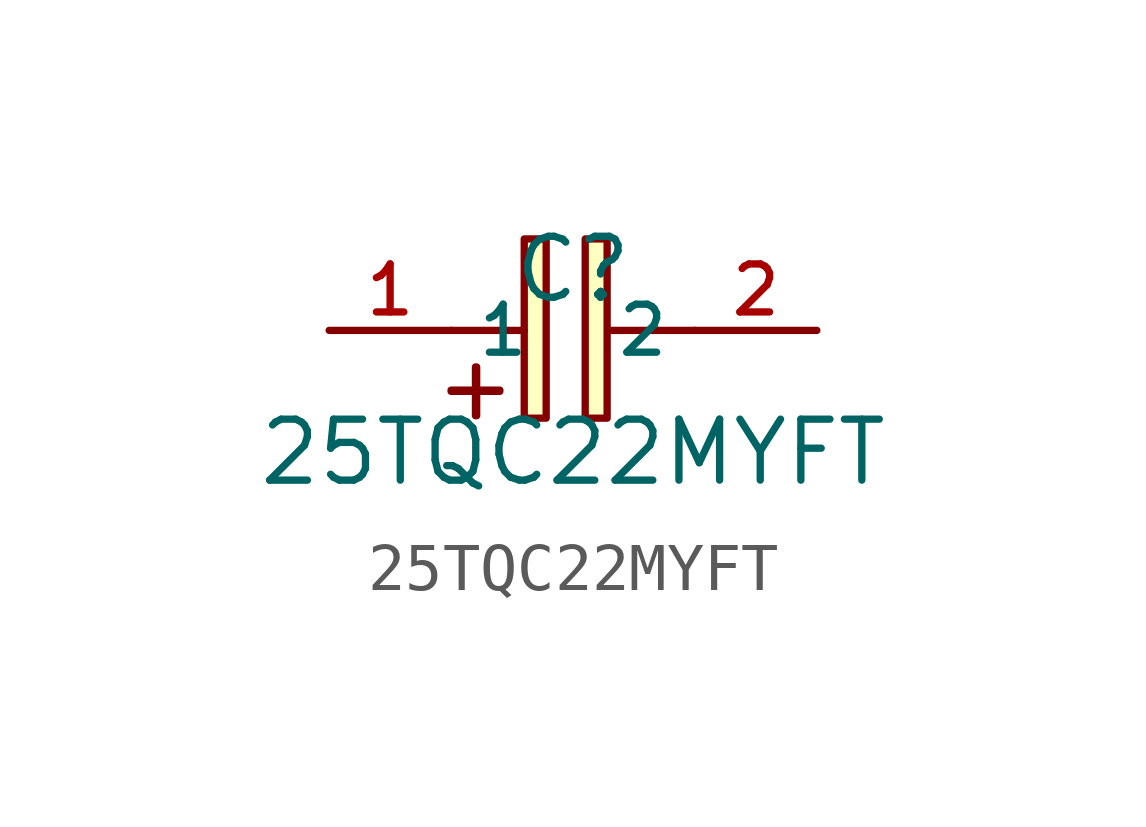
<source format=kicad_sym>
(kicad_symbol_lib
  (version 20231120)
  (generator "kicad_symbol_editor")
  (generator_version "8.0")
  (symbol "25TQC22MYFT"
    (property "Reference" "C"
      (at 0 1.27 0)
      (effects (font (size 1.27 1.27))))
    (property "Value" "25TQC22MYFT"
      (at 0 -2.54 0)
      (effects (font (size 1.27 1.27))))
    (symbol "25TQC22MYFT_0_1"
      (rectangle (start -2.54 -1.245) (end -1.524 -1.27) (stroke (width 0) (type default)) (fill (type background)))
      (rectangle (start -2.032 -0.762) (end -2.007 -1.778) (stroke (width 0) (type default)) (fill (type background)))
      (rectangle (start -1.016 1.905) (end -0.559 -1.829) (stroke (width 0) (type default)) (fill (type background)))
      (polyline (pts (xy -2.54 0) (xy -1.016 0)) (stroke (width 0) (type default)) (fill (type none)))
      (polyline (pts (xy 2.54 0) (xy 0.762 0)) (stroke (width 0) (type default)) (fill (type none)))
      (rectangle (start 0.254 1.905) (end 0.711 -1.829) (stroke (width 0) (type default)) (fill (type background)))
      (pin unspecified line (at -5.08 0 0) (length 2.54) (name "1" (effects (font (size 1 1)))) (number "1" (effects (font (size 1 1)))))
      (pin unspecified line (at 5.08 0 180) (length 2.54) (name "2" (effects (font (size 1 1)))) (number "2" (effects (font (size 1 1))))))))
</source>
